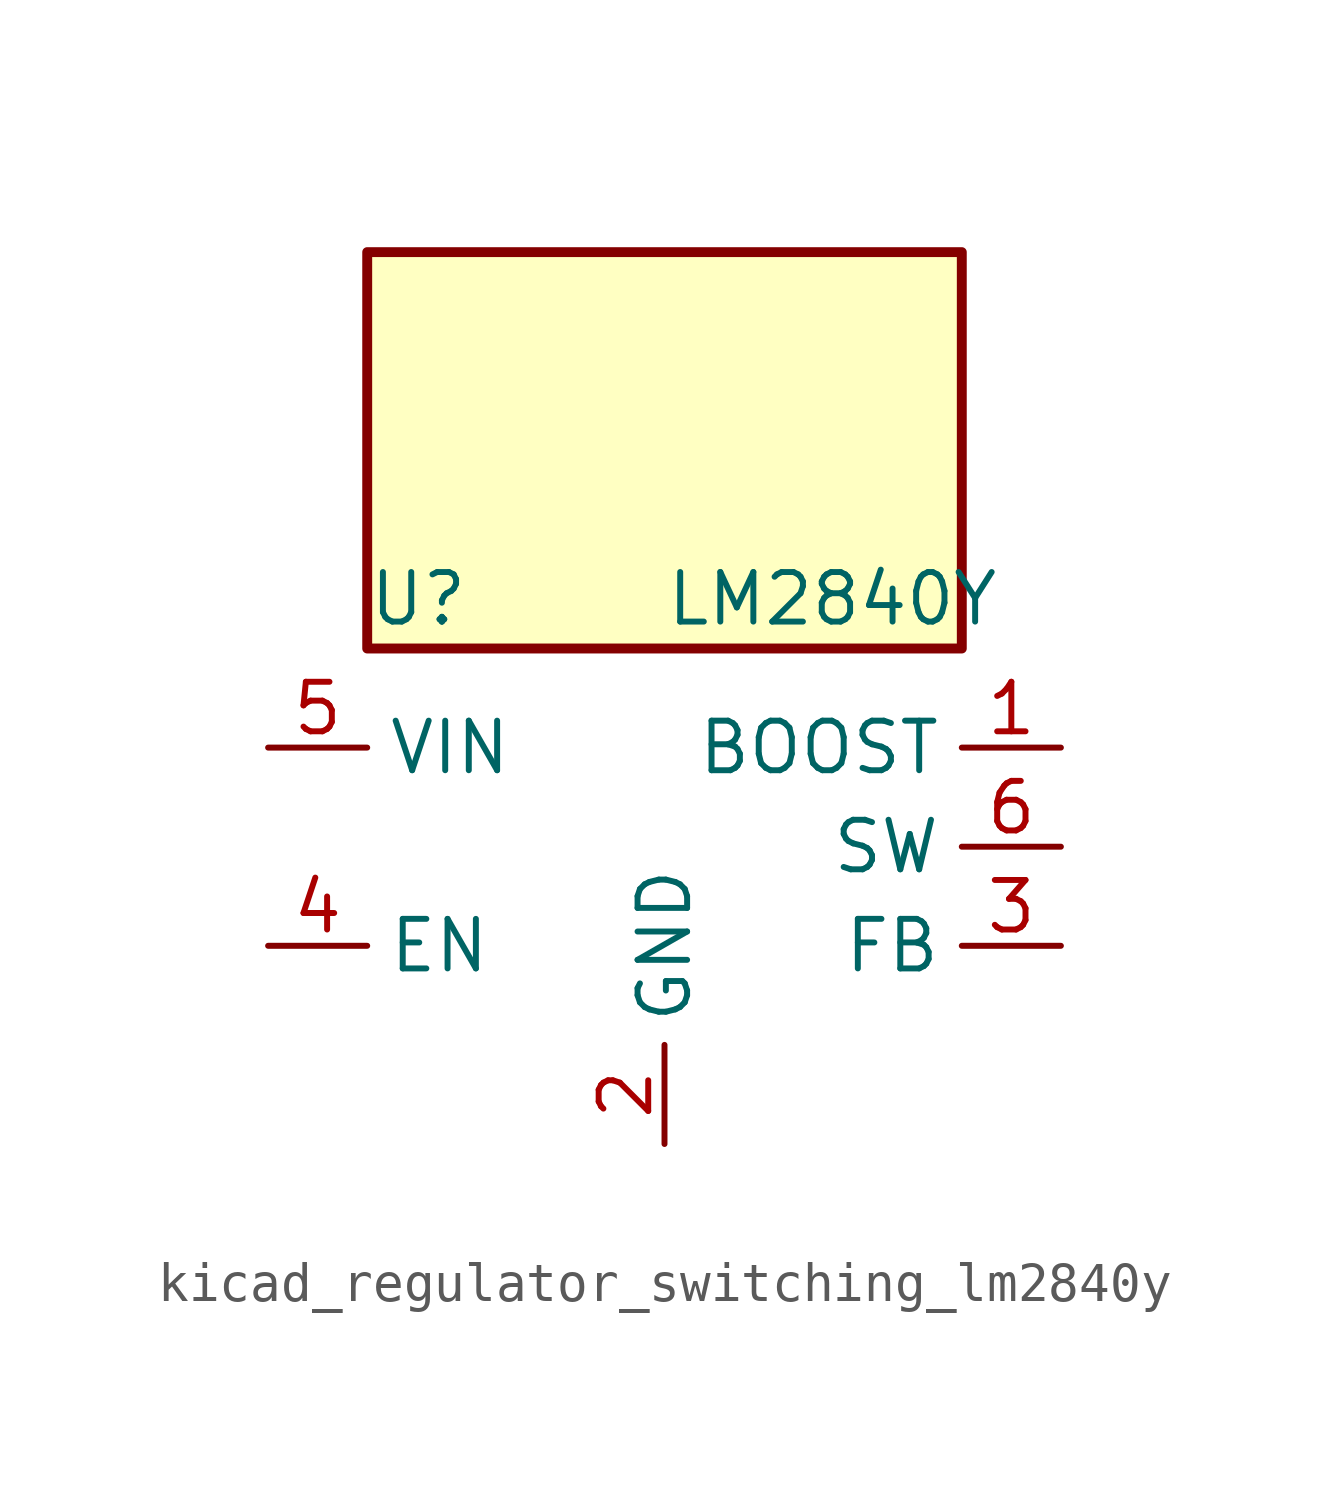
<source format=kicad_sym>
(kicad_symbol_lib
  (version 20220914)
  (generator kicad_symbol_editor)
  (symbol "kicad_regulator_switching_lm2840y"
    (property "Reference" "U"
      (at -7.62 6.35 0)
      (effects (font (size 1.27 1.27)) (justify left)))
    (property "Value" "LM2840Y"
      (at 0 6.35 0)
      (effects (font (size 1.27 1.27)) (justify left)))
    (symbol "kicad_regulator_switching_lm2840y_0_1"
      (rectangle (start 7.62 15.24) (end -7.62 5.08) (stroke (width 0.254) (type default)) (fill (type background)))
      (pin input line (at 10.16 2.54 180) (length 2.54) (name "BOOST" (effects (font (size 1.27 1.27)))) (number "1" (effects (font (size 1.27 1.27))))))
    (symbol "kicad_regulator_switching_lm2840y_1_1"
      (pin power_in line (at 0 -7.62 90) (length 2.54) (name "GND" (effects (font (size 1.27 1.27)))) (number "2" (effects (font (size 1.27 1.27)))))
      (pin input line (at 10.16 -2.54 180) (length 2.54) (name "FB" (effects (font (size 1.27 1.27)))) (number "3" (effects (font (size 1.27 1.27)))))
      (pin input line (at -10.16 -2.54 0) (length 2.54) (name "EN" (effects (font (size 1.27 1.27)))) (number "4" (effects (font (size 1.27 1.27)))))
      (pin power_in line (at -10.16 2.54 0) (length 2.54) (name "VIN" (effects (font (size 1.27 1.27)))) (number "5" (effects (font (size 1.27 1.27)))))
      (pin output line (at 10.16 0 180) (length 2.54) (name "SW" (effects (font (size 1.27 1.27)))) (number "6" (effects (font (size 1.27 1.27))))))))
</source>
